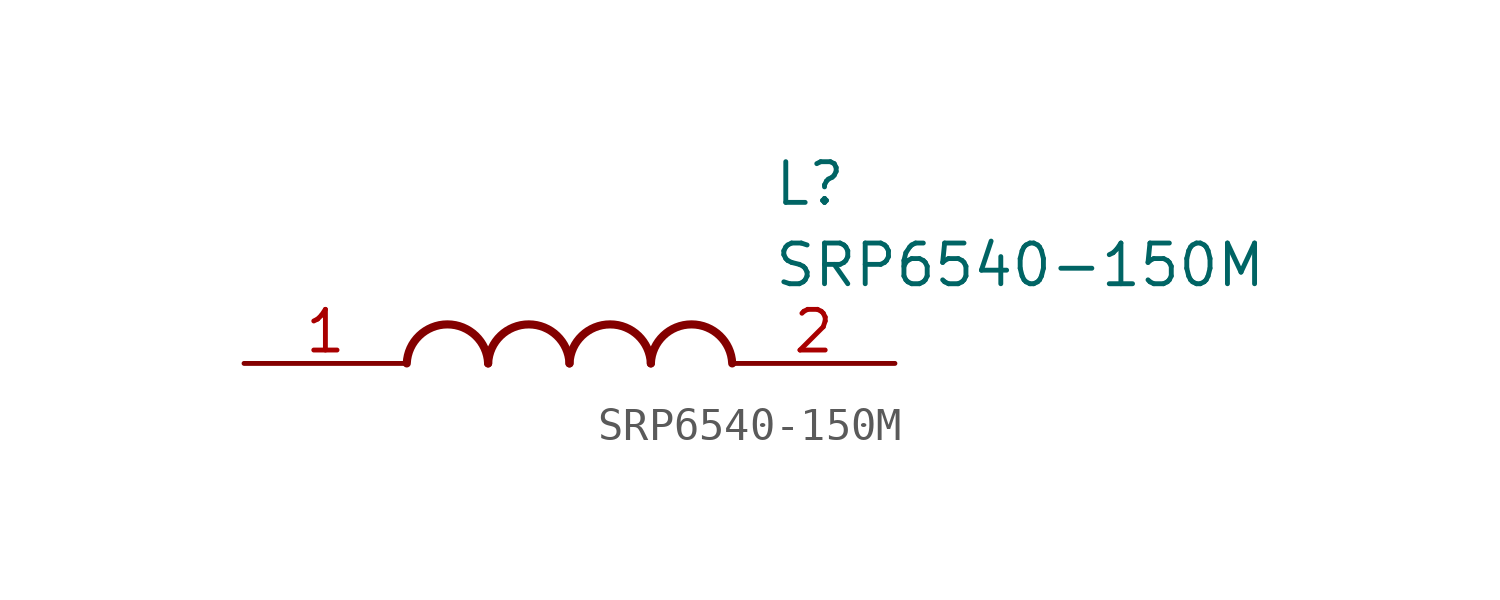
<source format=kicad_sym>
(kicad_symbol_lib
  (version 20211014)
  (generator SamacSys_ECAD_Model)
  (symbol "SRP6540-150M"
    (pin_names hide)
    (property "Reference" "L"
      (at 16.51 6.35 0)
      (effects (font (size 1.27 1.27)) (justify left top)))
    (property "Value" "SRP6540-150M"
      (at 16.51 3.81 0)
      (effects (font (size 1.27 1.27)) (justify left top)))
    (arc
      (start 7.62 0)
      (mid 6.35 1.219)
      (end 5.08 0)
      (stroke (width 0.254) (type default))
      (fill (type none)))
    (arc
      (start 10.16 0)
      (mid 8.89 1.219)
      (end 7.62 0)
      (stroke (width 0.254) (type default))
      (fill (type none)))
    (arc
      (start 12.7 0)
      (mid 11.43 1.219)
      (end 10.16 0)
      (stroke (width 0.254) (type default))
      (fill (type none)))
    (arc
      (start 15.24 0)
      (mid 13.97 1.219)
      (end 12.7 0)
      (stroke (width 0.254) (type default))
      (fill (type none)))
    (pin passive line
      (at 0 0 0)
      (length 5.08)
      (name "1" (effects (font (size 1.27 1.27))))
      (number "1" (effects (font (size 1.27 1.27)))))
    (pin passive line
      (at 20.32 0 180)
      (length 5.08)
      (name "2" (effects (font (size 1.27 1.27))))
      (number "2" (effects (font (size 1.27 1.27)))))))
</source>
